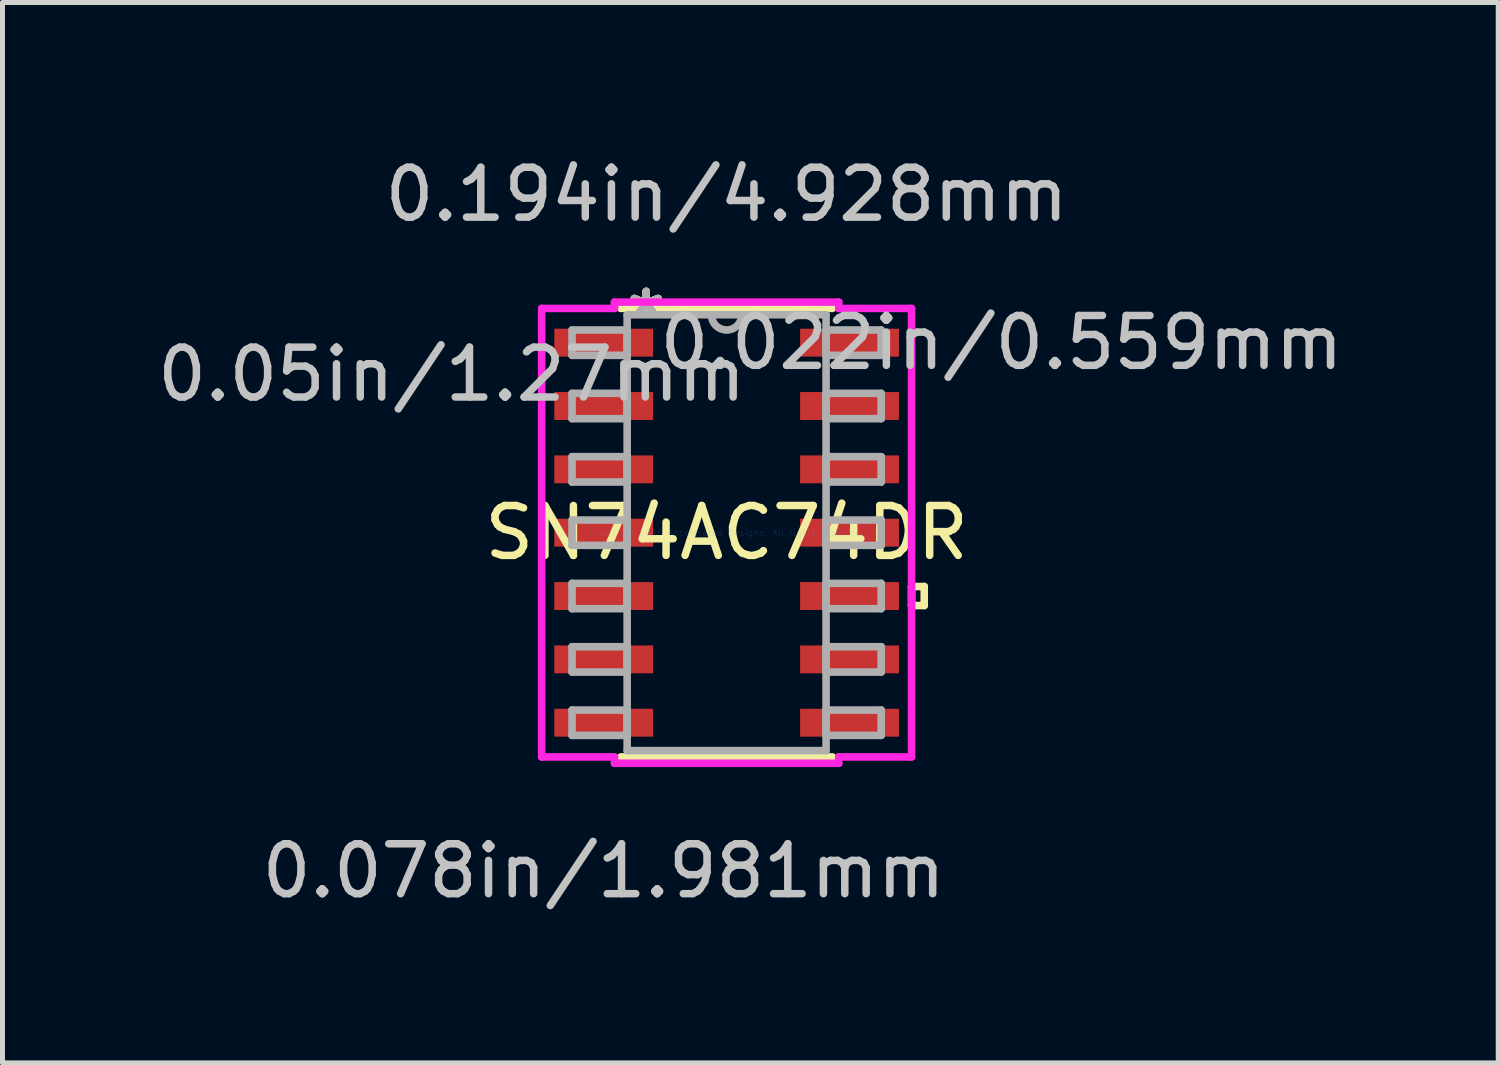
<source format=kicad_pcb>
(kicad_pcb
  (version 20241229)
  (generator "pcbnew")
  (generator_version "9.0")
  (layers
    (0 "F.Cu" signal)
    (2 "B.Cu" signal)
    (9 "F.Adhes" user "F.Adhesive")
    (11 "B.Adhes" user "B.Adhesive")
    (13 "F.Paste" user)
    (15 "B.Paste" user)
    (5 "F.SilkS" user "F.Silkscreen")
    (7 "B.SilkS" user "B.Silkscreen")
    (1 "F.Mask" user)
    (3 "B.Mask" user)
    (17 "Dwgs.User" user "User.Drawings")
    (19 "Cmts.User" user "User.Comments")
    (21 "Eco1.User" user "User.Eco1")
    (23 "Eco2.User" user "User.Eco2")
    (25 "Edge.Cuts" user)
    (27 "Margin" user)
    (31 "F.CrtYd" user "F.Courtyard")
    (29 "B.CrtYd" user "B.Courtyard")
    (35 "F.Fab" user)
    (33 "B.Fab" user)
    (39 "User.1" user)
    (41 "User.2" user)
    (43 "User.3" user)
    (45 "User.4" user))
  (footprint "SN74AC74DR"
    (layer "F.Cu")
    (at 11.518 7.63)
    (property "Reference" "SN74AC74DR" (at 0 0 0) (layer "F.SilkS") (effects (font (size 1 1) (thickness 0.15))))
    (attr through_hole)
    (fp_line (start -2.121 4.496) (end 2.121 4.496) (stroke (width 0.152) (type solid)) (layer "F.SilkS"))
    (fp_line (start 2.121 -4.496) (end -2.121 -4.496) (stroke (width 0.152) (type solid)) (layer "F.SilkS"))
    (fp_line (start 3.708 1.079) (end 3.962 1.079) (stroke (width 0.152) (type solid)) (layer "F.SilkS"))
    (fp_line (start 3.708 1.46) (end 3.708 1.079) (stroke (width 0.152) (type solid)) (layer "F.SilkS"))
    (fp_line (start 3.962 1.079) (end 3.962 1.46) (stroke (width 0.152) (type solid)) (layer "F.SilkS"))
    (fp_line (start 3.962 1.46) (end 3.708 1.46) (stroke (width 0.152) (type solid)) (layer "F.SilkS"))
    (fp_line (start -3.708 -4.496) (end -2.248 -4.496) (stroke (width 0.152) (type solid)) (layer "F.CrtYd"))
    (fp_line (start -3.708 4.496) (end -3.708 -4.496) (stroke (width 0.152) (type solid)) (layer "F.CrtYd"))
    (fp_line (start -2.248 -4.623) (end 2.248 -4.623) (stroke (width 0.152) (type solid)) (layer "F.CrtYd"))
    (fp_line (start -2.248 -4.496) (end -2.248 -4.623) (stroke (width 0.152) (type solid)) (layer "F.CrtYd"))
    (fp_line (start -2.248 4.496) (end -3.708 4.496) (stroke (width 0.152) (type solid)) (layer "F.CrtYd"))
    (fp_line (start -2.248 4.623) (end -2.248 4.496) (stroke (width 0.152) (type solid)) (layer "F.CrtYd"))
    (fp_line (start 2.248 -4.623) (end 2.248 -4.496) (stroke (width 0.152) (type solid)) (layer "F.CrtYd"))
    (fp_line (start 2.248 -4.496) (end 3.708 -4.496) (stroke (width 0.152) (type solid)) (layer "F.CrtYd"))
    (fp_line (start 2.248 4.496) (end 2.248 4.623) (stroke (width 0.152) (type solid)) (layer "F.CrtYd"))
    (fp_line (start 2.248 4.623) (end -2.248 4.623) (stroke (width 0.152) (type solid)) (layer "F.CrtYd"))
    (fp_line (start 3.708 -4.496) (end 3.708 4.496) (stroke (width 0.152) (type solid)) (layer "F.CrtYd"))
    (fp_line (start 3.708 4.496) (end 2.248 4.496) (stroke (width 0.152) (type solid)) (layer "F.CrtYd"))
    (fp_line (start -3.099 -4.064) (end -3.099 -3.556) (stroke (width 0.152) (type solid)) (layer "F.Fab"))
    (fp_line (start -3.099 -3.556) (end -1.994 -3.556) (stroke (width 0.152) (type solid)) (layer "F.Fab"))
    (fp_line (start -3.099 -2.794) (end -3.099 -2.286) (stroke (width 0.152) (type solid)) (layer "F.Fab"))
    (fp_line (start -3.099 -2.286) (end -1.994 -2.286) (stroke (width 0.152) (type solid)) (layer "F.Fab"))
    (fp_line (start -3.099 -1.524) (end -3.099 -1.016) (stroke (width 0.152) (type solid)) (layer "F.Fab"))
    (fp_line (start -3.099 -1.016) (end -1.994 -1.016) (stroke (width 0.152) (type solid)) (layer "F.Fab"))
    (fp_line (start -3.099 -0.254) (end -3.099 0.254) (stroke (width 0.152) (type solid)) (layer "F.Fab"))
    (fp_line (start -3.099 0.254) (end -1.994 0.254) (stroke (width 0.152) (type solid)) (layer "F.Fab"))
    (fp_line (start -3.099 1.016) (end -3.099 1.524) (stroke (width 0.152) (type solid)) (layer "F.Fab"))
    (fp_line (start -3.099 1.524) (end -1.994 1.524) (stroke (width 0.152) (type solid)) (layer "F.Fab"))
    (fp_line (start -3.099 2.286) (end -3.099 2.794) (stroke (width 0.152) (type solid)) (layer "F.Fab"))
    (fp_line (start -3.099 2.794) (end -1.994 2.794) (stroke (width 0.152) (type solid)) (layer "F.Fab"))
    (fp_line (start -3.099 3.556) (end -3.099 4.064) (stroke (width 0.152) (type solid)) (layer "F.Fab"))
    (fp_line (start -3.099 4.064) (end -1.994 4.064) (stroke (width 0.152) (type solid)) (layer "F.Fab"))
    (fp_line (start -1.994 -4.369) (end -1.994 4.369) (stroke (width 0.152) (type solid)) (layer "F.Fab"))
    (fp_line (start -1.994 -4.064) (end -3.099 -4.064) (stroke (width 0.152) (type solid)) (layer "F.Fab"))
    (fp_line (start -1.994 -3.556) (end -1.994 -4.064) (stroke (width 0.152) (type solid)) (layer "F.Fab"))
    (fp_line (start -1.994 -2.794) (end -3.099 -2.794) (stroke (width 0.152) (type solid)) (layer "F.Fab"))
    (fp_line (start -1.994 -2.286) (end -1.994 -2.794) (stroke (width 0.152) (type solid)) (layer "F.Fab"))
    (fp_line (start -1.994 -1.524) (end -3.099 -1.524) (stroke (width 0.152) (type solid)) (layer "F.Fab"))
    (fp_line (start -1.994 -1.016) (end -1.994 -1.524) (stroke (width 0.152) (type solid)) (layer "F.Fab"))
    (fp_line (start -1.994 -0.254) (end -3.099 -0.254) (stroke (width 0.152) (type solid)) (layer "F.Fab"))
    (fp_line (start -1.994 0.254) (end -1.994 -0.254) (stroke (width 0.152) (type solid)) (layer "F.Fab"))
    (fp_line (start -1.994 1.016) (end -3.099 1.016) (stroke (width 0.152) (type solid)) (layer "F.Fab"))
    (fp_line (start -1.994 1.524) (end -1.994 1.016) (stroke (width 0.152) (type solid)) (layer "F.Fab"))
    (fp_line (start -1.994 2.286) (end -3.099 2.286) (stroke (width 0.152) (type solid)) (layer "F.Fab"))
    (fp_line (start -1.994 2.794) (end -1.994 2.286) (stroke (width 0.152) (type solid)) (layer "F.Fab"))
    (fp_line (start -1.994 3.556) (end -3.099 3.556) (stroke (width 0.152) (type solid)) (layer "F.Fab"))
    (fp_line (start -1.994 4.064) (end -1.994 3.556) (stroke (width 0.152) (type solid)) (layer "F.Fab"))
    (fp_line (start -1.994 4.369) (end 1.994 4.369) (stroke (width 0.152) (type solid)) (layer "F.Fab"))
    (fp_line (start 1.994 -4.369) (end -1.994 -4.369) (stroke (width 0.152) (type solid)) (layer "F.Fab"))
    (fp_line (start 1.994 -4.064) (end 1.994 -3.556) (stroke (width 0.152) (type solid)) (layer "F.Fab"))
    (fp_line (start 1.994 -3.556) (end 3.099 -3.556) (stroke (width 0.152) (type solid)) (layer "F.Fab"))
    (fp_line (start 1.994 -2.794) (end 1.994 -2.286) (stroke (width 0.152) (type solid)) (layer "F.Fab"))
    (fp_line (start 1.994 -2.286) (end 3.099 -2.286) (stroke (width 0.152) (type solid)) (layer "F.Fab"))
    (fp_line (start 1.994 -1.524) (end 1.994 -1.016) (stroke (width 0.152) (type solid)) (layer "F.Fab"))
    (fp_line (start 1.994 -1.016) (end 3.099 -1.016) (stroke (width 0.152) (type solid)) (layer "F.Fab"))
    (fp_line (start 1.994 -0.254) (end 1.994 0.254) (stroke (width 0.152) (type solid)) (layer "F.Fab"))
    (fp_line (start 1.994 0.254) (end 3.099 0.254) (stroke (width 0.152) (type solid)) (layer "F.Fab"))
    (fp_line (start 1.994 1.016) (end 1.994 1.524) (stroke (width 0.152) (type solid)) (layer "F.Fab"))
    (fp_line (start 1.994 1.524) (end 3.099 1.524) (stroke (width 0.152) (type solid)) (layer "F.Fab"))
    (fp_line (start 1.994 2.286) (end 1.994 2.794) (stroke (width 0.152) (type solid)) (layer "F.Fab"))
    (fp_line (start 1.994 2.794) (end 3.099 2.794) (stroke (width 0.152) (type solid)) (layer "F.Fab"))
    (fp_line (start 1.994 3.556) (end 1.994 4.064) (stroke (width 0.152) (type solid)) (layer "F.Fab"))
    (fp_line (start 1.994 4.064) (end 3.099 4.064) (stroke (width 0.152) (type solid)) (layer "F.Fab"))
    (fp_line (start 1.994 4.369) (end 1.994 -4.369) (stroke (width 0.152) (type solid)) (layer "F.Fab"))
    (fp_line (start 3.099 -4.064) (end 1.994 -4.064) (stroke (width 0.152) (type solid)) (layer "F.Fab"))
    (fp_line (start 3.099 -3.556) (end 3.099 -4.064) (stroke (width 0.152) (type solid)) (layer "F.Fab"))
    (fp_line (start 3.099 -2.794) (end 1.994 -2.794) (stroke (width 0.152) (type solid)) (layer "F.Fab"))
    (fp_line (start 3.099 -2.286) (end 3.099 -2.794) (stroke (width 0.152) (type solid)) (layer "F.Fab"))
    (fp_line (start 3.099 -1.524) (end 1.994 -1.524) (stroke (width 0.152) (type solid)) (layer "F.Fab"))
    (fp_line (start 3.099 -1.016) (end 3.099 -1.524) (stroke (width 0.152) (type solid)) (layer "F.Fab"))
    (fp_line (start 3.099 -0.254) (end 1.994 -0.254) (stroke (width 0.152) (type solid)) (layer "F.Fab"))
    (fp_line (start 3.099 0.254) (end 3.099 -0.254) (stroke (width 0.152) (type solid)) (layer "F.Fab"))
    (fp_line (start 3.099 1.016) (end 1.994 1.016) (stroke (width 0.152) (type solid)) (layer "F.Fab"))
    (fp_line (start 3.099 1.524) (end 3.099 1.016) (stroke (width 0.152) (type solid)) (layer "F.Fab"))
    (fp_line (start 3.099 2.286) (end 1.994 2.286) (stroke (width 0.152) (type solid)) (layer "F.Fab"))
    (fp_line (start 3.099 2.794) (end 3.099 2.286) (stroke (width 0.152) (type solid)) (layer "F.Fab"))
    (fp_line (start 3.099 3.556) (end 1.994 3.556) (stroke (width 0.152) (type solid)) (layer "F.Fab"))
    (fp_line (start 3.099 4.064) (end 3.099 3.556) (stroke (width 0.152) (type solid)) (layer "F.Fab"))
    (fp_arc (start 0.3048 -4.3688) (mid 0 -4.064) (end -0.3048 -4.3688) (stroke (width 0.1524) (type solid)) (layer "F.Fab"))
    (fp_text user "*" (at -1.613 -4.293 0) (layer "F.SilkS") (effects (font (size 1 1) (thickness 0.15))))
    (fp_text user "*" (at -1.613 -4.293 0) (layer "F.SilkS") (effects (font (size 1 1) (thickness 0.15))))
    (fp_text user "0.022in/0.559mm" (at 5.512 -3.81 0) (layer "Dwgs.User") (effects (font (size 1 1) (thickness 0.15))))
    (fp_text user "0.078in/1.981mm" (at -2.464 6.782 0) (layer "Dwgs.User") (effects (font (size 1 1) (thickness 0.15))))
    (fp_text user "0.05in/1.27mm" (at -5.512 -3.175 0) (layer "Dwgs.User") (effects (font (size 1 1) (thickness 0.15))))
    (fp_text user "0.194in/4.928mm" (at 0 -6.782 0) (layer "Dwgs.User") (effects (font (size 1 1) (thickness 0.15))))
    (fp_text user "Copyright 2016 Accelerated Designs. All rights reserved." (at 0 0 0) (layer "Cmts.User") (effects (font (size 0.127 0.127) (thickness 0.002))))
    (fp_text user "*" (at -1.613 -4.293 0) (layer "F.Fab") (effects (font (size 1 1) (thickness 0.15))))
    (fp_text user "*" (at -1.613 -4.293 0) (layer "F.Fab") (effects (font (size 1 1) (thickness 0.15))))
    (pad "1" smd rect (at -2.464 -3.81) (size 1.981 0.559) (layers "F.Cu" "F.Mask" "F.Paste"))
    (pad "2" smd rect (at -2.464 -2.54) (size 1.981 0.559) (layers "F.Cu" "F.Mask" "F.Paste"))
    (pad "3" smd rect (at -2.464 -1.27) (size 1.981 0.559) (layers "F.Cu" "F.Mask" "F.Paste"))
    (pad "4" smd rect (at -2.464 0) (size 1.981 0.559) (layers "F.Cu" "F.Mask" "F.Paste"))
    (pad "5" smd rect (at -2.464 1.27) (size 1.981 0.559) (layers "F.Cu" "F.Mask" "F.Paste"))
    (pad "6" smd rect (at -2.464 2.54) (size 1.981 0.559) (layers "F.Cu" "F.Mask" "F.Paste"))
    (pad "7" smd rect (at -2.464 3.81) (size 1.981 0.559) (layers "F.Cu" "F.Mask" "F.Paste"))
    (pad "8" smd rect (at 2.464 3.81) (size 1.981 0.559) (layers "F.Cu" "F.Mask" "F.Paste"))
    (pad "9" smd rect (at 2.464 2.54) (size 1.981 0.559) (layers "F.Cu" "F.Mask" "F.Paste"))
    (pad "10" smd rect (at 2.464 1.27) (size 1.981 0.559) (layers "F.Cu" "F.Mask" "F.Paste"))
    (pad "11" smd rect (at 2.464 0) (size 1.981 0.559) (layers "F.Cu" "F.Mask" "F.Paste"))
    (pad "12" smd rect (at 2.464 -1.27) (size 1.981 0.559) (layers "F.Cu" "F.Mask" "F.Paste"))
    (pad "13" smd rect (at 2.464 -2.54) (size 1.981 0.559) (layers "F.Cu" "F.Mask" "F.Paste"))
    (pad "14" smd rect (at 2.464 -3.81) (size 1.981 0.559) (layers "F.Cu" "F.Mask" "F.Paste")))
  (gr_rect
    (start -3 -3)
    (end 26.988 18.26)
    (stroke (width 0.1) (type default))
    (fill no)
    (layer "Edge.Cuts")))
</source>
